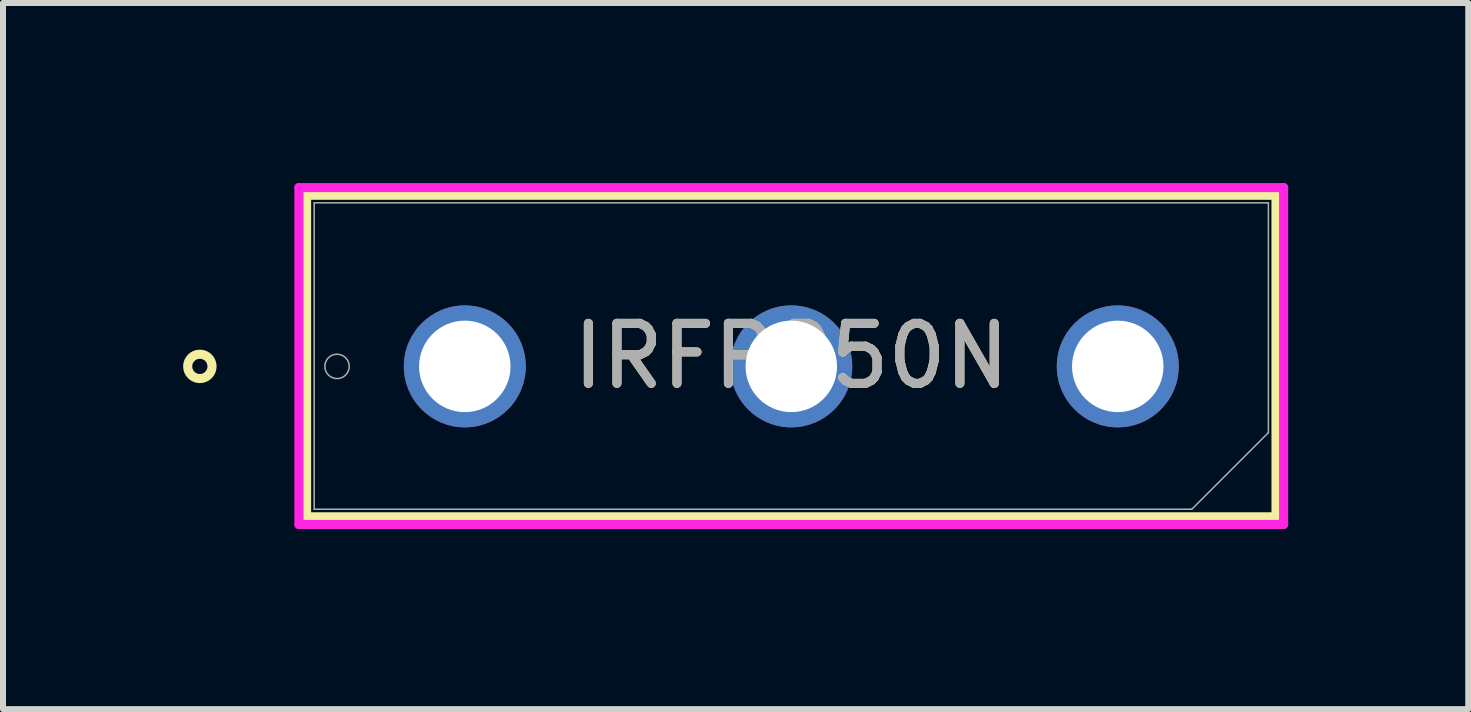
<source format=kicad_pcb>
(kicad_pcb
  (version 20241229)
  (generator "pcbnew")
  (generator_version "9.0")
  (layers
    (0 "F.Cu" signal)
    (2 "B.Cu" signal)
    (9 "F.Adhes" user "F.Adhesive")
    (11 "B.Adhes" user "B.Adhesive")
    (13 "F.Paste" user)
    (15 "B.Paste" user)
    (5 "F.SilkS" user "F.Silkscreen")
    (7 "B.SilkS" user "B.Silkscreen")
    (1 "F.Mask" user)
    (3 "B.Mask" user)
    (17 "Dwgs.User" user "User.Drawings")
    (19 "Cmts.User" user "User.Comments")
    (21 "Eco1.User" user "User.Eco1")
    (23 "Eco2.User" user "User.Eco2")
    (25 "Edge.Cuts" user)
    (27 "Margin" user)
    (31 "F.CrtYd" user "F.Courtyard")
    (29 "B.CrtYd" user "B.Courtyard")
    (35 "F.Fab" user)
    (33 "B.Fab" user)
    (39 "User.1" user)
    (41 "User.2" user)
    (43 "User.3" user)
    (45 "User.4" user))
  (footprint "IRFP250N"
    (layer "F.Cu")
    (at 4.695 3.055)
    (property "Reference" "IRFP250N" (at 5.44 -0.172 0) (unlocked yes) (layer "F.SilkS") (effects (font (size 1 1) (thickness 0.15))))
    (attr through_hole)
    (fp_line (start -2.637 -2.852) (end 13.517 -2.852) (stroke (width 0.152) (type solid)) (layer "F.SilkS"))
    (fp_line (start -2.637 2.507) (end -2.637 -2.852) (stroke (width 0.152) (type solid)) (layer "F.SilkS"))
    (fp_line (start 13.517 -2.852) (end 13.517 2.507) (stroke (width 0.152) (type solid)) (layer "F.SilkS"))
    (fp_line (start 13.517 2.507) (end -2.637 2.507) (stroke (width 0.152) (type solid)) (layer "F.SilkS"))
    (fp_circle (center -4.415 0) (end -4.212 0) (stroke (width 0.152) (type solid)) (fill no) (layer "F.SilkS"))
    (fp_line (start -2.764 -2.979) (end 13.644 -2.979) (stroke (width 0.152) (type solid)) (layer "F.CrtYd"))
    (fp_line (start -2.764 2.634) (end -2.764 -2.979) (stroke (width 0.152) (type solid)) (layer "F.CrtYd"))
    (fp_line (start 13.644 -2.979) (end 13.644 2.634) (stroke (width 0.152) (type solid)) (layer "F.CrtYd"))
    (fp_line (start 13.644 2.634) (end -2.764 2.634) (stroke (width 0.152) (type solid)) (layer "F.CrtYd"))
    (fp_line (start -2.51 -2.725) (end 13.39 -2.725) (stroke (width 0.025) (type solid)) (layer "F.Fab"))
    (fp_line (start -2.51 2.38) (end -2.51 -2.725) (stroke (width 0.025) (type solid)) (layer "F.Fab"))
    (fp_line (start 12.114 2.38) (end -2.51 2.38) (stroke (width 0.025) (type solid)) (layer "F.Fab"))
    (fp_line (start 13.39 -2.725) (end 13.39 1.104) (stroke (width 0.025) (type solid)) (layer "F.Fab"))
    (fp_line (start 13.39 1.104) (end 12.114 2.38) (stroke (width 0.025) (type solid)) (layer "F.Fab"))
    (fp_circle (center -2.129 0) (end -1.926 0) (stroke (width 0.025) (type solid)) (fill no) (layer "F.Fab"))
    (fp_text user "${REFERENCE}" (at 5.44 -0.172 0) (unlocked yes) (layer "F.Fab") (effects (font (size 1 1) (thickness 0.15))))
    (pad "1" thru_hole circle (at 0 0) (size 2.032 2.032) (drill 1.524) (layers "*.Cu" "*.Mask"))
    (pad "2" thru_hole circle (at 5.44 0) (size 2.032 2.032) (drill 1.524) (layers "*.Cu" "*.Mask"))
    (pad "3" thru_hole circle (at 10.88 0) (size 2.032 2.032) (drill 1.524) (layers "*.Cu" "*.Mask")))
  (gr_rect
    (start -3 -3)
    (end 21.415 8.766)
    (stroke (width 0.1) (type default))
    (fill no)
    (layer "Edge.Cuts")))
</source>
